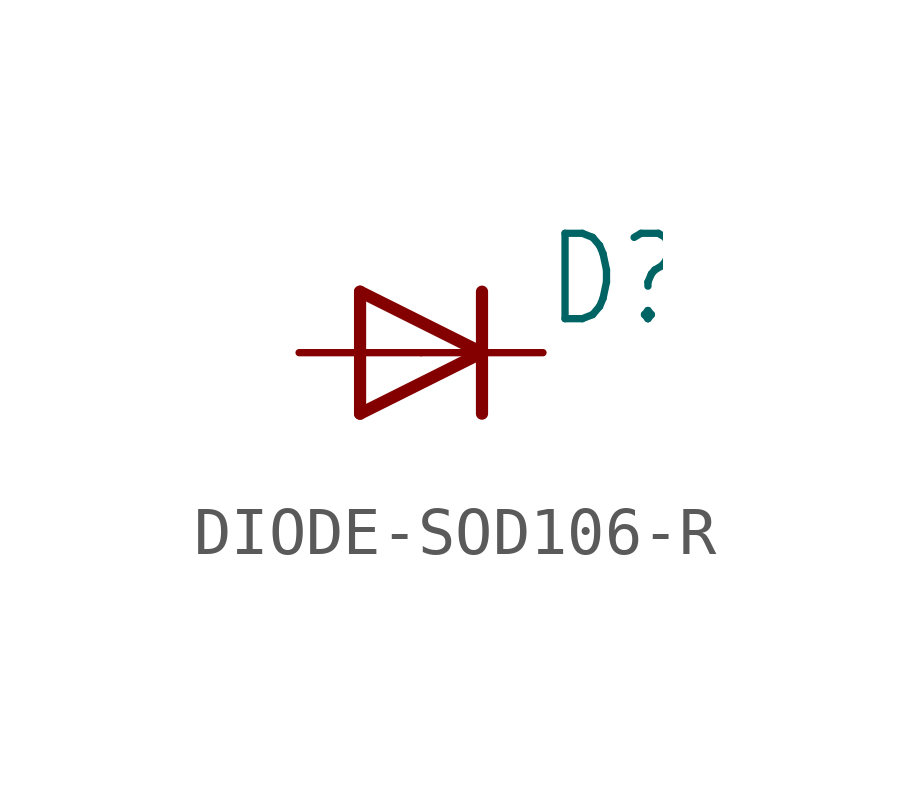
<source format=kicad_sym>
(kicad_symbol_lib
  (version 20220914)
  (generator kicad_symbol_editor)
  (symbol "DIODE-SOD106-R"
    (property "Reference" "D"
      (at 2.54 0.483 0)
      (effects (font (size 1.778 1.511)) (justify left bottom)))
    (property "Value" ""
      (at 2.54 -2.311 0)
      (effects (font (size 1.778 1.511)) (justify left bottom)))
    (property "ki_locked" ""
      (at 0 0 0)
      (effects (font (size 1.27 1.27))))
    (symbol "DIODE-SOD106-R_1_0"
      (polyline (pts (xy -1.27 -1.27) (xy 1.27 0)) (stroke (width 0.254) (type solid)) (fill (type none)))
      (polyline (pts (xy -1.27 1.27) (xy -1.27 -1.27)) (stroke (width 0.254) (type solid)) (fill (type none)))
      (polyline (pts (xy 1.27 0) (xy -1.27 1.27)) (stroke (width 0.254) (type solid)) (fill (type none)))
      (polyline (pts (xy 1.27 0) (xy 1.27 -1.27)) (stroke (width 0.254) (type solid)) (fill (type none)))
      (polyline (pts (xy 1.27 1.27) (xy 1.27 0)) (stroke (width 0.254) (type solid)) (fill (type none)))
      (pin passive line (at -2.54 0 0) (length 2.54) (name "A" (effects (font (size 0 0)))) (number "A" (effects (font (size 0 0)))))
      (pin passive line (at 2.54 0 180) (length 2.54) (name "C" (effects (font (size 0 0)))) (number "C" (effects (font (size 0 0))))))))
</source>
